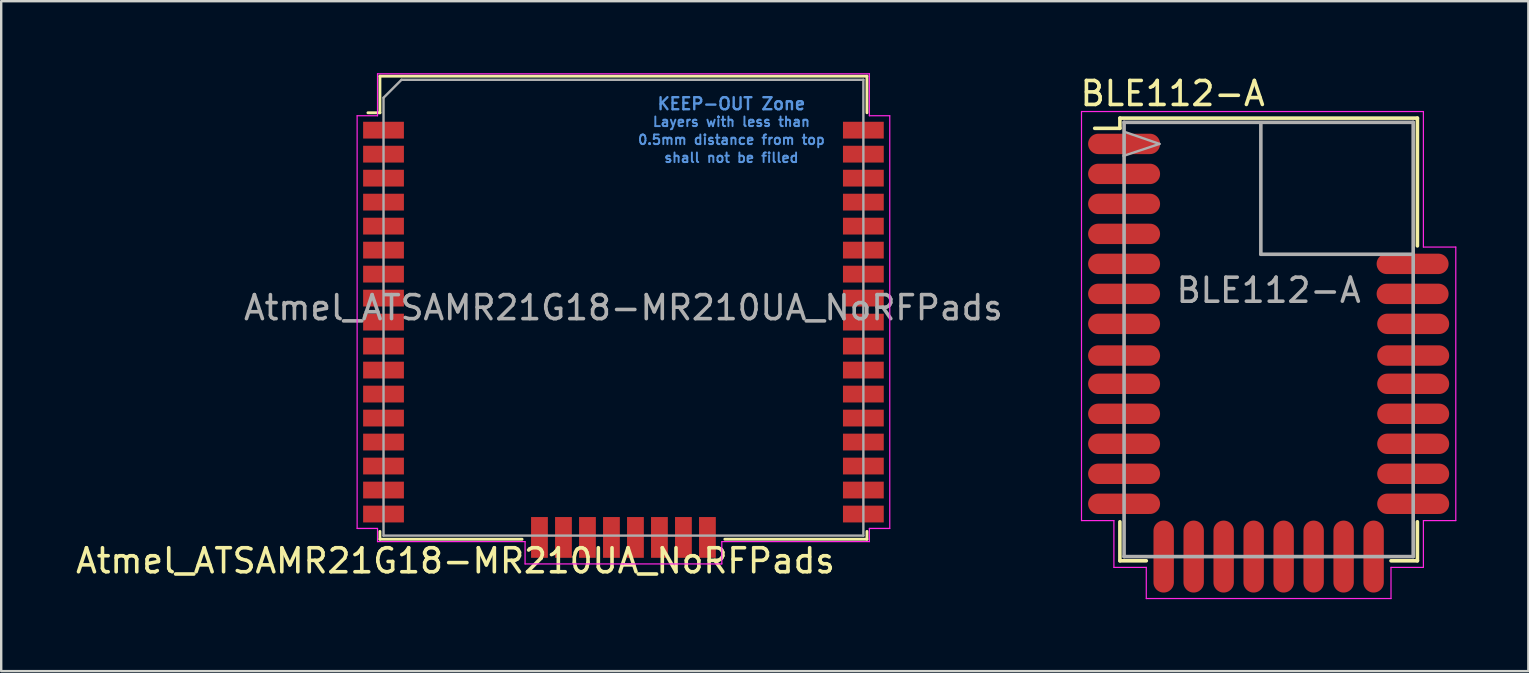
<source format=kicad_pcb>
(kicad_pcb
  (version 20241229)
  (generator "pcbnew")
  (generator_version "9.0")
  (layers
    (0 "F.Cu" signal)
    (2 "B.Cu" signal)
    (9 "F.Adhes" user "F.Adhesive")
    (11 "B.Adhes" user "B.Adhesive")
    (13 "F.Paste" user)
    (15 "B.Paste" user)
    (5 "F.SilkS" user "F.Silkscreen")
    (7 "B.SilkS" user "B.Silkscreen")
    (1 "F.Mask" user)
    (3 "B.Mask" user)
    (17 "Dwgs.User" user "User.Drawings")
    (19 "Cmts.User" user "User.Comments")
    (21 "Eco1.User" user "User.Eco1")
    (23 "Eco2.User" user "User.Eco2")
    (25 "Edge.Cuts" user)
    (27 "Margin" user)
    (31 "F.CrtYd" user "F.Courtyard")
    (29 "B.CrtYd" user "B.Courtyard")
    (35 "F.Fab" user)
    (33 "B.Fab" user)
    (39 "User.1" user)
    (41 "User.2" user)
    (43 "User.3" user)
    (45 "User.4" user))
  (footprint "Atmel_ATSAMR21G18-MR210UA_NoRFPads"
    (layer "F.Cu")
    (at 22.935 9.775)
    (property "Reference" "Atmel_ATSAMR21G18-MR210UA_NoRFPads" (at -7 10.55 0) (layer "F.SilkS") (effects (font (size 1 1) (thickness 0.15))))
    (attr smd)
    (fp_line (start -10.65 -8.125) (end -10.15 -8.125) (stroke (width 0.12) (type solid)) (layer "F.SilkS"))
    (fp_line (start -10.15 -9.65) (end -10.15 -8.125) (stroke (width 0.12) (type solid)) (layer "F.SilkS"))
    (fp_line (start -10.15 -9.65) (end 10.15 -9.65) (stroke (width 0.12) (type solid)) (layer "F.SilkS"))
    (fp_line (start -10.15 9.325) (end -10.15 9.65) (stroke (width 0.12) (type solid)) (layer "F.SilkS"))
    (fp_line (start -10.15 9.65) (end -4.225 9.65) (stroke (width 0.12) (type solid)) (layer "F.SilkS"))
    (fp_line (start 10.15 -9.65) (end 10.15 -8.125) (stroke (width 0.12) (type solid)) (layer "F.SilkS"))
    (fp_line (start 10.15 9.325) (end 10.15 9.65) (stroke (width 0.12) (type solid)) (layer "F.SilkS"))
    (fp_line (start 10.15 9.65) (end 4.225 9.65) (stroke (width 0.12) (type solid)) (layer "F.SilkS"))
    (fp_line (start -11.1 -8) (end -11.1 9.2) (stroke (width 0.05) (type solid)) (layer "F.CrtYd"))
    (fp_line (start -10.25 -9.75) (end 10.25 -9.75) (stroke (width 0.05) (type solid)) (layer "F.CrtYd"))
    (fp_line (start -10.25 -8) (end -11.1 -8) (stroke (width 0.05) (type solid)) (layer "F.CrtYd"))
    (fp_line (start -10.25 -8) (end -10.25 -9.75) (stroke (width 0.05) (type solid)) (layer "F.CrtYd"))
    (fp_line (start -10.25 9.2) (end -11.1 9.2) (stroke (width 0.05) (type solid)) (layer "F.CrtYd"))
    (fp_line (start -10.25 9.2) (end -10.25 9.75) (stroke (width 0.05) (type solid)) (layer "F.CrtYd"))
    (fp_line (start -10.25 9.75) (end -4.1 9.75) (stroke (width 0.05) (type solid)) (layer "F.CrtYd"))
    (fp_line (start -4.1 10.68) (end -4.1 9.75) (stroke (width 0.05) (type solid)) (layer "F.CrtYd"))
    (fp_line (start 0 10.68) (end -4.1 10.68) (stroke (width 0.05) (type solid)) (layer "F.CrtYd"))
    (fp_line (start 0 10.68) (end 4.1 10.68) (stroke (width 0.05) (type solid)) (layer "F.CrtYd"))
    (fp_line (start 4.1 10.68) (end 4.1 9.75) (stroke (width 0.05) (type solid)) (layer "F.CrtYd"))
    (fp_line (start 10.25 -9.75) (end 10.25 -8) (stroke (width 0.05) (type solid)) (layer "F.CrtYd"))
    (fp_line (start 10.25 -8) (end 11.1 -8) (stroke (width 0.05) (type solid)) (layer "F.CrtYd"))
    (fp_line (start 10.25 9.2) (end 10.25 9.75) (stroke (width 0.05) (type solid)) (layer "F.CrtYd"))
    (fp_line (start 10.25 9.2) (end 11.1 9.2) (stroke (width 0.05) (type solid)) (layer "F.CrtYd"))
    (fp_line (start 10.25 9.75) (end 4.1 9.75) (stroke (width 0.05) (type solid)) (layer "F.CrtYd"))
    (fp_line (start 11.1 -8) (end 11.1 9.2) (stroke (width 0.05) (type solid)) (layer "F.CrtYd"))
    (fp_line (start -10 -8.75) (end -10 9.5) (stroke (width 0.1) (type solid)) (layer "F.Fab"))
    (fp_line (start -10 -8.75) (end -9.25 -9.5) (stroke (width 0.1) (type solid)) (layer "F.Fab"))
    (fp_line (start -10 9.5) (end 10 9.5) (stroke (width 0.1) (type solid)) (layer "F.Fab"))
    (fp_line (start 10 -9.5) (end -9.25 -9.5) (stroke (width 0.1) (type solid)) (layer "F.Fab"))
    (fp_line (start 10 9.5) (end 10 -9.5) (stroke (width 0.1) (type solid)) (layer "F.Fab"))
    (fp_text user "Layers with less than" (at 4.5 -7.75 0) (layer "Cmts.User") (effects (font (size 0.4 0.4) (thickness 0.08))))
    (fp_text user "0.5mm distance from top" (at 4.5 -7 0) (layer "Cmts.User") (effects (font (size 0.4 0.4) (thickness 0.08))))
    (fp_text user "shall not be filled" (at 4.5 -6.25 0) (layer "Cmts.User") (effects (font (size 0.4 0.4) (thickness 0.08))))
    (fp_text user "KEEP-OUT Zone" (at 4.5 -8.5 0) (layer "Cmts.User") (effects (font (size 0.5 0.5) (thickness 0.1))))
    (fp_text user "${REFERENCE}" (at 0 0 0) (layer "F.Fab") (effects (font (size 1 1) (thickness 0.15))))
    (pad "1" smd rect (at -10 -7.4) (size 1.7 0.7) (layers "F.Cu" "F.Mask" "F.Paste"))
    (pad "2" smd rect (at -10 -6.4) (size 1.7 0.7) (layers "F.Cu" "F.Mask" "F.Paste"))
    (pad "3" smd rect (at -10 -5.4) (size 1.7 0.7) (layers "F.Cu" "F.Mask" "F.Paste"))
    (pad "4" smd rect (at -10 -4.4) (size 1.7 0.7) (layers "F.Cu" "F.Mask" "F.Paste"))
    (pad "5" smd rect (at -10 -3.4) (size 1.7 0.7) (layers "F.Cu" "F.Mask" "F.Paste"))
    (pad "6" smd rect (at -10 -2.4) (size 1.7 0.7) (layers "F.Cu" "F.Mask" "F.Paste"))
    (pad "7" smd rect (at -10 -1.4) (size 1.7 0.7) (layers "F.Cu" "F.Mask" "F.Paste"))
    (pad "8" smd rect (at -10 -0.4) (size 1.7 0.7) (layers "F.Cu" "F.Mask" "F.Paste"))
    (pad "9" smd rect (at -10 0.6) (size 1.7 0.7) (layers "F.Cu" "F.Mask" "F.Paste"))
    (pad "10" smd rect (at -10 1.6) (size 1.7 0.7) (layers "F.Cu" "F.Mask" "F.Paste"))
    (pad "11" smd rect (at -10 2.6) (size 1.7 0.7) (layers "F.Cu" "F.Mask" "F.Paste"))
    (pad "12" smd rect (at -10 3.6) (size 1.7 0.7) (layers "F.Cu" "F.Mask" "F.Paste"))
    (pad "13" smd rect (at -10 4.6) (size 1.7 0.7) (layers "F.Cu" "F.Mask" "F.Paste"))
    (pad "14" smd rect (at -10 5.6) (size 1.7 0.7) (layers "F.Cu" "F.Mask" "F.Paste"))
    (pad "15" smd rect (at -10 6.6) (size 1.7 0.7) (layers "F.Cu" "F.Mask" "F.Paste"))
    (pad "16" smd rect (at -10 7.6) (size 1.7 0.7) (layers "F.Cu" "F.Mask" "F.Paste"))
    (pad "17" smd rect (at -10 8.6) (size 1.7 0.7) (layers "F.Cu" "F.Mask" "F.Paste"))
    (pad "18" smd rect (at -3.5 9.575) (size 0.7 1.7) (layers "F.Cu" "F.Mask" "F.Paste"))
    (pad "19" smd rect (at -2.5 9.575) (size 0.7 1.7) (layers "F.Cu" "F.Mask" "F.Paste"))
    (pad "20" smd rect (at -1.5 9.575) (size 0.7 1.7) (layers "F.Cu" "F.Mask" "F.Paste"))
    (pad "21" smd rect (at -0.5 9.575) (size 0.7 1.7) (layers "F.Cu" "F.Mask" "F.Paste"))
    (pad "22" smd rect (at 0.5 9.575) (size 0.7 1.7) (layers "F.Cu" "F.Mask" "F.Paste"))
    (pad "23" smd rect (at 1.5 9.575) (size 0.7 1.7) (layers "F.Cu" "F.Mask" "F.Paste"))
    (pad "24" smd rect (at 2.5 9.575) (size 0.7 1.7) (layers "F.Cu" "F.Mask" "F.Paste"))
    (pad "25" smd rect (at 3.5 9.575) (size 0.7 1.7) (layers "F.Cu" "F.Mask" "F.Paste"))
    (pad "26" smd rect (at 10 8.6) (size 1.7 0.7) (layers "F.Cu" "F.Mask" "F.Paste"))
    (pad "27" smd rect (at 10 7.6) (size 1.7 0.7) (layers "F.Cu" "F.Mask" "F.Paste"))
    (pad "28" smd rect (at 10 6.6) (size 1.7 0.7) (layers "F.Cu" "F.Mask" "F.Paste"))
    (pad "29" smd rect (at 10 5.6) (size 1.7 0.7) (layers "F.Cu" "F.Mask" "F.Paste"))
    (pad "30" smd rect (at 10 4.6) (size 1.7 0.7) (layers "F.Cu" "F.Mask" "F.Paste"))
    (pad "31" smd rect (at 10 3.6) (size 1.7 0.7) (layers "F.Cu" "F.Mask" "F.Paste"))
    (pad "32" smd rect (at 10 2.6) (size 1.7 0.7) (layers "F.Cu" "F.Mask" "F.Paste"))
    (pad "33" smd rect (at 10 1.6) (size 1.7 0.7) (layers "F.Cu" "F.Mask" "F.Paste"))
    (pad "34" smd rect (at 10 0.6) (size 1.7 0.7) (layers "F.Cu" "F.Mask" "F.Paste"))
    (pad "35" smd rect (at 10 -0.4) (size 1.7 0.7) (layers "F.Cu" "F.Mask" "F.Paste"))
    (pad "36" smd rect (at 10 -1.4) (size 1.7 0.7) (layers "F.Cu" "F.Mask" "F.Paste"))
    (pad "37" smd rect (at 10 -2.4) (size 1.7 0.7) (layers "F.Cu" "F.Mask" "F.Paste"))
    (pad "38" smd rect (at 10 -3.4) (size 1.7 0.7) (layers "F.Cu" "F.Mask" "F.Paste"))
    (pad "39" smd rect (at 10 -4.4) (size 1.7 0.7) (layers "F.Cu" "F.Mask" "F.Paste"))
    (pad "40" smd rect (at 10 -5.4) (size 1.7 0.7) (layers "F.Cu" "F.Mask" "F.Paste"))
    (pad "41" smd rect (at 10 -6.4) (size 1.7 0.7) (layers "F.Cu" "F.Mask" "F.Paste"))
    (pad "42" smd rect (at 10 -7.4) (size 1.7 0.7) (layers "F.Cu" "F.Mask" "F.Paste"))
    (zone (net_name "") (layer "F.Cu") (hatch full 0.508) (connect_pads) (min_thickness 0.254) (filled_areas_thickness no) (keepout (tracks not_allowed) (vias not_allowed) (pads not_allowed) (copperpour not_allowed) (footprints not_allowed)) (placement (enabled no)) (fill) (polygon (pts (xy 32.935 1.775) (xy 31.685 1.775) (xy 31.685 4.275) (xy 22.935 4.275) (xy 22.935 0.275) (xy 32.935 0.275)))))
  (footprint "BLE112-A"
    (layer "F.Cu")
    (at 49.827 11.548)
    (property "Reference" "BLE112-A" (at -4 -10.7 0) (layer "F.SilkS") (effects (font (size 1 1) (thickness 0.15))))
    (attr smd)
    (fp_line (start -6.2 -9.675) (end -6.2 -9.25) (stroke (width 0.15) (type solid)) (layer "F.SilkS"))
    (fp_line (start -6.2 -9.25) (end -7.25 -9.25) (stroke (width 0.15) (type solid)) (layer "F.SilkS"))
    (fp_line (start -6.2 8.775) (end -6.2 7.15) (stroke (width 0.15) (type solid)) (layer "F.SilkS"))
    (fp_line (start -5.1 8.775) (end -6.2 8.775) (stroke (width 0.15) (type solid)) (layer "F.SilkS"))
    (fp_line (start 5.1 8.775) (end 6.2 8.775) (stroke (width 0.15) (type solid)) (layer "F.SilkS"))
    (fp_line (start 6.2 -9.675) (end -6.2 -9.675) (stroke (width 0.15) (type solid)) (layer "F.SilkS"))
    (fp_line (start 6.2 -4.35) (end 6.2 -9.675) (stroke (width 0.15) (type solid)) (layer "F.SilkS"))
    (fp_line (start 6.2 8.775) (end 6.2 7.15) (stroke (width 0.15) (type solid)) (layer "F.SilkS"))
    (fp_line (start -7.8 -9.95) (end -7.8 7.1) (stroke (width 0.05) (type solid)) (layer "F.CrtYd"))
    (fp_line (start -7.8 7.1) (end -6.45 7.1) (stroke (width 0.05) (type solid)) (layer "F.CrtYd"))
    (fp_line (start -6.45 7.1) (end -6.45 9.05) (stroke (width 0.05) (type solid)) (layer "F.CrtYd"))
    (fp_line (start -6.45 9.05) (end -5.1 9.05) (stroke (width 0.05) (type solid)) (layer "F.CrtYd"))
    (fp_line (start -5.1 9.05) (end -5.1 10.35) (stroke (width 0.05) (type solid)) (layer "F.CrtYd"))
    (fp_line (start -5.1 10.35) (end 5.1 10.35) (stroke (width 0.05) (type solid)) (layer "F.CrtYd"))
    (fp_line (start 5.1 9.05) (end 6.45 9.05) (stroke (width 0.05) (type solid)) (layer "F.CrtYd"))
    (fp_line (start 5.1 10.35) (end 5.1 9.05) (stroke (width 0.05) (type solid)) (layer "F.CrtYd"))
    (fp_line (start 6.45 -9.95) (end -7.8 -9.95) (stroke (width 0.05) (type solid)) (layer "F.CrtYd"))
    (fp_line (start 6.45 -4.3) (end 6.45 -9.95) (stroke (width 0.05) (type solid)) (layer "F.CrtYd"))
    (fp_line (start 6.45 7.1) (end 7.8 7.1) (stroke (width 0.05) (type solid)) (layer "F.CrtYd"))
    (fp_line (start 6.45 9.05) (end 6.45 7.1) (stroke (width 0.05) (type solid)) (layer "F.CrtYd"))
    (fp_line (start 7.8 -4.3) (end 6.45 -4.3) (stroke (width 0.05) (type solid)) (layer "F.CrtYd"))
    (fp_line (start 7.8 7.1) (end 7.8 -4.3) (stroke (width 0.05) (type solid)) (layer "F.CrtYd"))
    (fp_line (start -6.025 -9.5) (end -6.025 8.6) (stroke (width 0.15) (type solid)) (layer "F.Fab"))
    (fp_line (start -6.025 8.6) (end 6.025 8.6) (stroke (width 0.15) (type solid)) (layer "F.Fab"))
    (fp_line (start -6 -9.1) (end -4.55 -8.6) (stroke (width 0.1) (type solid)) (layer "F.Fab"))
    (fp_line (start -4.55 -8.6) (end -6.05 -8.1) (stroke (width 0.1) (type solid)) (layer "F.Fab"))
    (fp_line (start -0.325 -4) (end -0.325 -9.45) (stroke (width 0.15) (type solid)) (layer "F.Fab"))
    (fp_line (start 6 -4) (end -0.325 -4) (stroke (width 0.15) (type solid)) (layer "F.Fab"))
    (fp_line (start 6.025 -9.5) (end -6.025 -9.5) (stroke (width 0.15) (type solid)) (layer "F.Fab"))
    (fp_line (start 6.025 8.6) (end 6.025 -9.5) (stroke (width 0.15) (type solid)) (layer "F.Fab"))
    (fp_text user "${REFERENCE}" (at 0 -2.5 0) (layer "F.Fab") (effects (font (size 1 1) (thickness 0.15))))
    (pad "1" smd oval (at -6.025 -8.6) (size 3 0.85) (layers "F.Cu" "F.Mask" "F.Paste"))
    (pad "2" smd oval (at -6.025 -7.35) (size 3 0.85) (layers "F.Cu" "F.Mask" "F.Paste"))
    (pad "3" smd oval (at -6.025 -6.1) (size 3 0.85) (layers "F.Cu" "F.Mask" "F.Paste"))
    (pad "4" smd oval (at -6.025 -4.85) (size 3 0.85) (layers "F.Cu" "F.Mask" "F.Paste"))
    (pad "5" smd oval (at -6.025 -3.6) (size 3 0.85) (layers "F.Cu" "F.Mask" "F.Paste"))
    (pad "6" smd oval (at -6.025 -2.35) (size 3 0.85) (layers "F.Cu" "F.Mask" "F.Paste"))
    (pad "7" smd oval (at -6.025 -1.1) (size 3 0.85) (layers "F.Cu" "F.Mask" "F.Paste"))
    (pad "8" smd oval (at -6.025 0.22) (size 3 0.85) (layers "F.Cu" "F.Mask" "F.Paste"))
    (pad "9" smd oval (at -6.025 1.4) (size 3 0.85) (layers "F.Cu" "F.Mask" "F.Paste"))
    (pad "10" smd oval (at -6.025 2.65) (size 3 0.85) (layers "F.Cu" "F.Mask" "F.Paste"))
    (pad "11" smd oval (at -6.025 3.9) (size 3 0.85) (layers "F.Cu" "F.Mask" "F.Paste"))
    (pad "12" smd oval (at -6.025 5.15) (size 3 0.85) (layers "F.Cu" "F.Mask" "F.Paste"))
    (pad "13" smd oval (at -6.025 6.4) (size 3 0.85) (layers "F.Cu" "F.Mask" "F.Paste"))
    (pad "14" smd oval (at -4.375 8.6 90) (size 3 0.85) (layers "F.Cu" "F.Mask" "F.Paste"))
    (pad "15" smd oval (at -3.125 8.6 90) (size 3 0.85) (layers "F.Cu" "F.Mask" "F.Paste"))
    (pad "16" smd oval (at -1.875 8.6 90) (size 3 0.85) (layers "F.Cu" "F.Mask" "F.Paste"))
    (pad "17" smd oval (at -0.625 8.6 90) (size 3 0.85) (layers "F.Cu" "F.Mask" "F.Paste"))
    (pad "18" smd oval (at 0.625 8.6 90) (size 3 0.85) (layers "F.Cu" "F.Mask" "F.Paste"))
    (pad "19" smd oval (at 1.875 8.6 90) (size 3 0.85) (layers "F.Cu" "F.Mask" "F.Paste"))
    (pad "20" smd oval (at 3.125 8.6 90) (size 3 0.85) (layers "F.Cu" "F.Mask" "F.Paste"))
    (pad "21" smd oval (at 4.375 8.6 90) (size 3 0.85) (layers "F.Cu" "F.Mask" "F.Paste"))
    (pad "22" smd oval (at 6.025 6.4) (size 3 0.85) (layers "F.Cu" "F.Mask" "F.Paste"))
    (pad "23" smd oval (at 6.025 5.15) (size 3 0.85) (layers "F.Cu" "F.Mask" "F.Paste"))
    (pad "24" smd oval (at 6.025 3.9) (size 3 0.85) (layers "F.Cu" "F.Mask" "F.Paste"))
    (pad "25" smd oval (at 6.025 2.65) (size 3 0.85) (layers "F.Cu" "F.Mask" "F.Paste"))
    (pad "26" smd oval (at 6.025 1.4) (size 3 0.85) (layers "F.Cu" "F.Mask" "F.Paste"))
    (pad "27" smd oval (at 6.025 0.22) (size 3 0.85) (layers "F.Cu" "F.Mask" "F.Paste"))
    (pad "28" smd oval (at 6.025 -1.1) (size 3 0.85) (layers "F.Cu" "F.Mask" "F.Paste"))
    (pad "29" smd oval (at 6 -2.35) (size 3 0.85) (layers "F.Cu" "F.Mask" "F.Paste"))
    (pad "30" smd oval (at 6 -3.6) (size 3 0.85) (layers "F.Cu" "F.Mask" "F.Paste")))
  (gr_rect
    (start -3 -3)
    (end 60.652 24.923)
    (stroke (width 0.1) (type default))
    (fill no)
    (layer "Edge.Cuts")))
</source>
